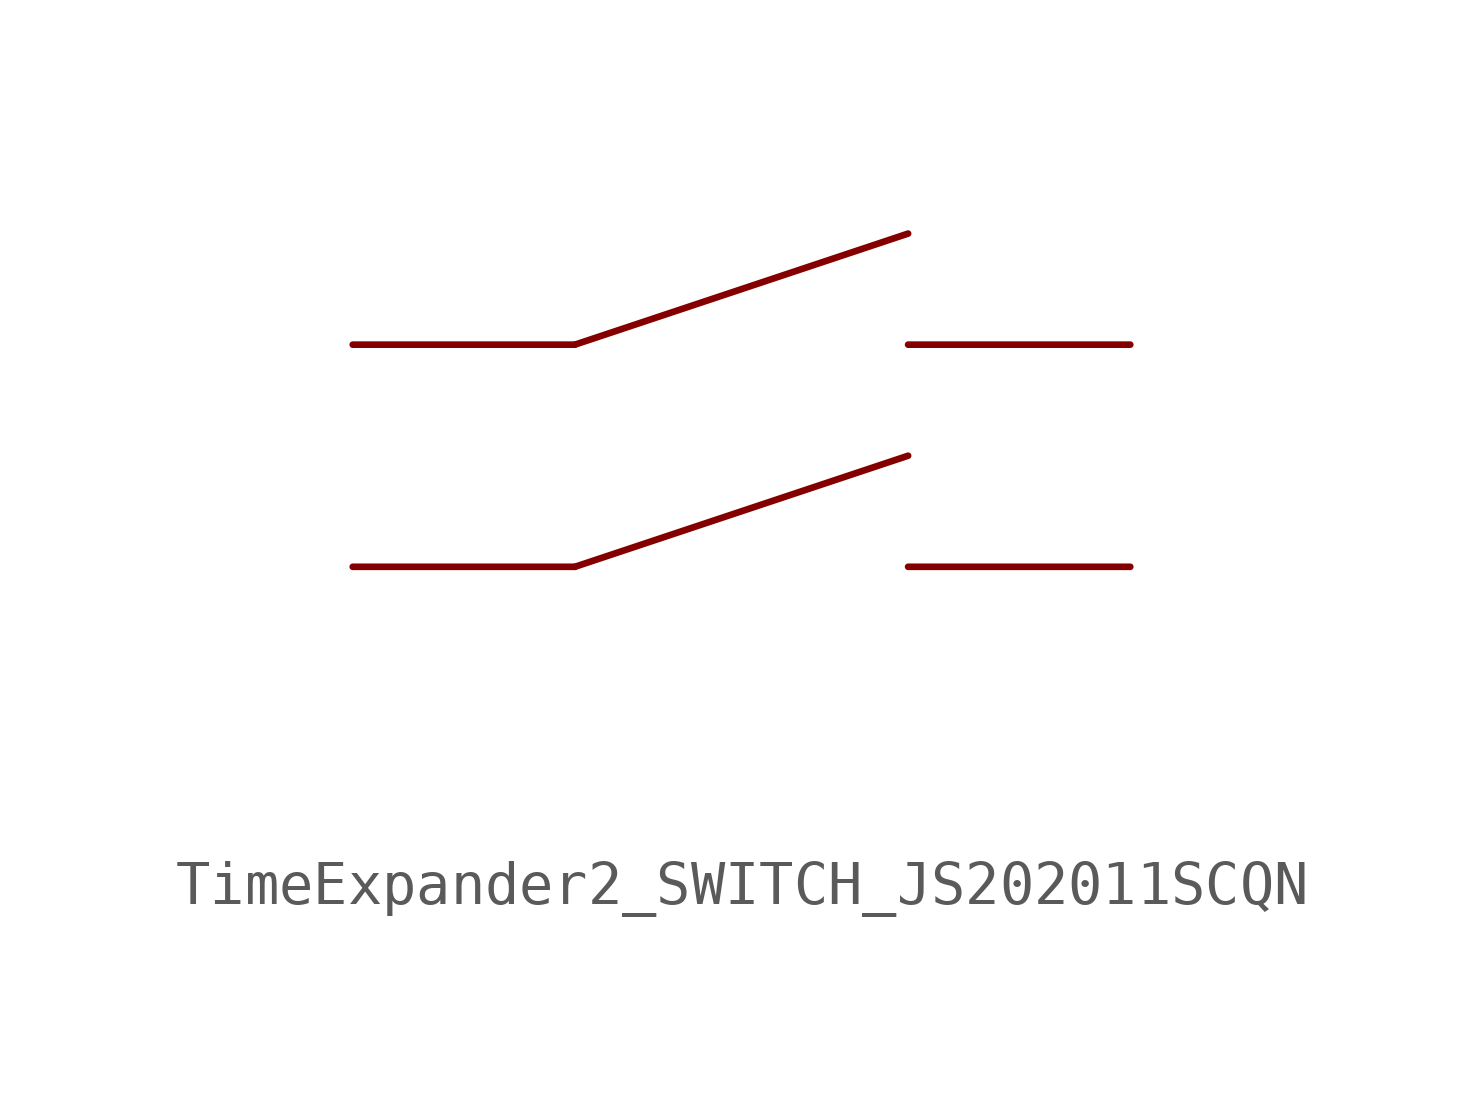
<source format=kicad_sym>
(kicad_symbol_lib
  (version 20231120)
  (generator "kicad_symbol_editor")
  (generator_version "8.0")
  (symbol "TimeExpander2_SWITCH_JS202011SCQN"
    (property "Reference" ""
      (at -20.32 12.7 0)
      (effects (font (size 1.27 1.079)) (justify left bottom) (hide yes)))
    (property "Value" ""
      (at -20.32 0 0)
      (effects (font (size 1.27 1.079)) (justify left bottom)))
    (property "ki_locked" ""
      (at 0 0 0)
      (effects (font (size 1.27 1.27))))
    (symbol "TimeExpander2_SWITCH_JS202011SCQN_1_0"
      (polyline (pts (xy -15.24 5.08) (xy -7.62 7.62)) (stroke (width 0.152) (type solid)) (fill (type none)))
      (polyline (pts (xy -15.24 10.16) (xy -7.62 12.7)) (stroke (width 0.152) (type solid)) (fill (type none)))
      (pin bidirectional line (at -20.32 10.16 0) (length 5.08) (name "A2" (effects (font (size 0 0)))) (number "2" (effects (font (size 0 0)))))
      (pin bidirectional line (at -2.54 10.16 180) (length 5.08) (name "B2" (effects (font (size 0 0)))) (number "3" (effects (font (size 0 0)))))
      (pin bidirectional line (at -20.32 5.08 0) (length 5.08) (name "A1" (effects (font (size 0 0)))) (number "5" (effects (font (size 0 0)))))
      (pin bidirectional line (at -2.54 5.08 180) (length 5.08) (name "B1" (effects (font (size 0 0)))) (number "6" (effects (font (size 0 0))))))))
</source>
